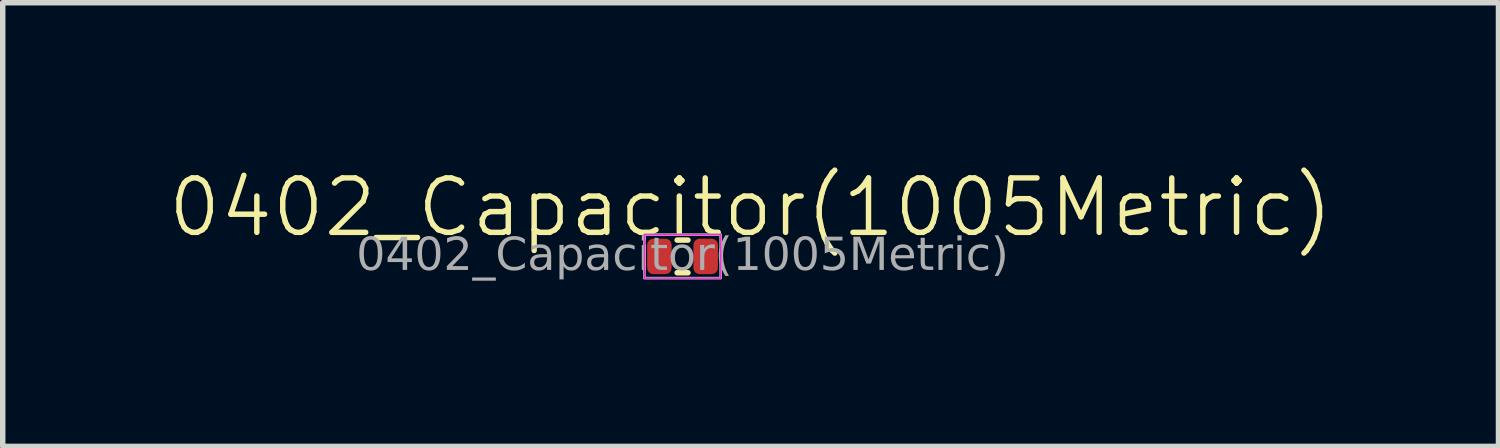
<source format=kicad_pcb>
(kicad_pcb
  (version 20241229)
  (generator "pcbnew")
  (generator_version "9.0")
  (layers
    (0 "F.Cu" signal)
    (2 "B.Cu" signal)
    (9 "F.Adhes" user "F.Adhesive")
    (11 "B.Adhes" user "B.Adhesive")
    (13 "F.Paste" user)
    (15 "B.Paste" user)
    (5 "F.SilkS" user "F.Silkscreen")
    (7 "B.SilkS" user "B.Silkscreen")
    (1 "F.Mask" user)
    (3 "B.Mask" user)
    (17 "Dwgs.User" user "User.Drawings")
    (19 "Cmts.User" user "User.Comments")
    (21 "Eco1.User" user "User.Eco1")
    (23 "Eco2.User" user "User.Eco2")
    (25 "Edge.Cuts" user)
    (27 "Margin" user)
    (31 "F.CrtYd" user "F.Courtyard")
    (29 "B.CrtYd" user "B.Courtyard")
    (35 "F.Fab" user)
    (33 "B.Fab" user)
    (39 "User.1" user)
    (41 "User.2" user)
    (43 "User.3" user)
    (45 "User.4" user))
  (footprint "0402_Capacitor(1005Metric)"
    (layer "F.Cu")
    (at 9.49 1.661)
    (property "Reference" "0402_Capacitor(1005Metric)" (at 1.25 -0.9 0) (unlocked yes) (layer "F.SilkS") (effects (font (size 1 1) (thickness 0.1))))
    (attr smd)
    (fp_line (start -0.1 -0.3) (end 0.1 -0.3) (stroke (width 0.1) (type default)) (layer "F.SilkS"))
    (fp_line (start -0.1 0.3) (end 0.1 0.3) (stroke (width 0.1) (type default)) (layer "F.SilkS"))
    (fp_rect (start -0.7 -0.4) (end 0.7 0.4) (stroke (width 0.025) (type default)) (fill no) (layer "F.CrtYd"))
    (fp_rect (start -0.7 -0.4) (end 0.7 0.4) (stroke (width 0.05) (type default)) (fill no) (layer "F.Fab"))
    (fp_text user "${REFERENCE}" (at 0 0 0) (unlocked yes) (layer "F.Fab") (effects (font (face "Arial") (size 0.6 0.6) (thickness 0.125))))
    (pad "1" smd roundrect (at -0.425 0) (size 0.45 0.65) (layers "F.Cu" "F.Mask" "F.Paste") (roundrect_rratio 0.25))
    (pad "2" smd roundrect (at 0.425 0) (size 0.45 0.65) (layers "F.Cu" "F.Mask" "F.Paste") (roundrect_rratio 0.25)))
  (gr_rect
    (start -3 -3)
    (end 24.481 5.151)
    (stroke (width 0.1) (type default))
    (fill no)
    (layer "Edge.Cuts")))
</source>
